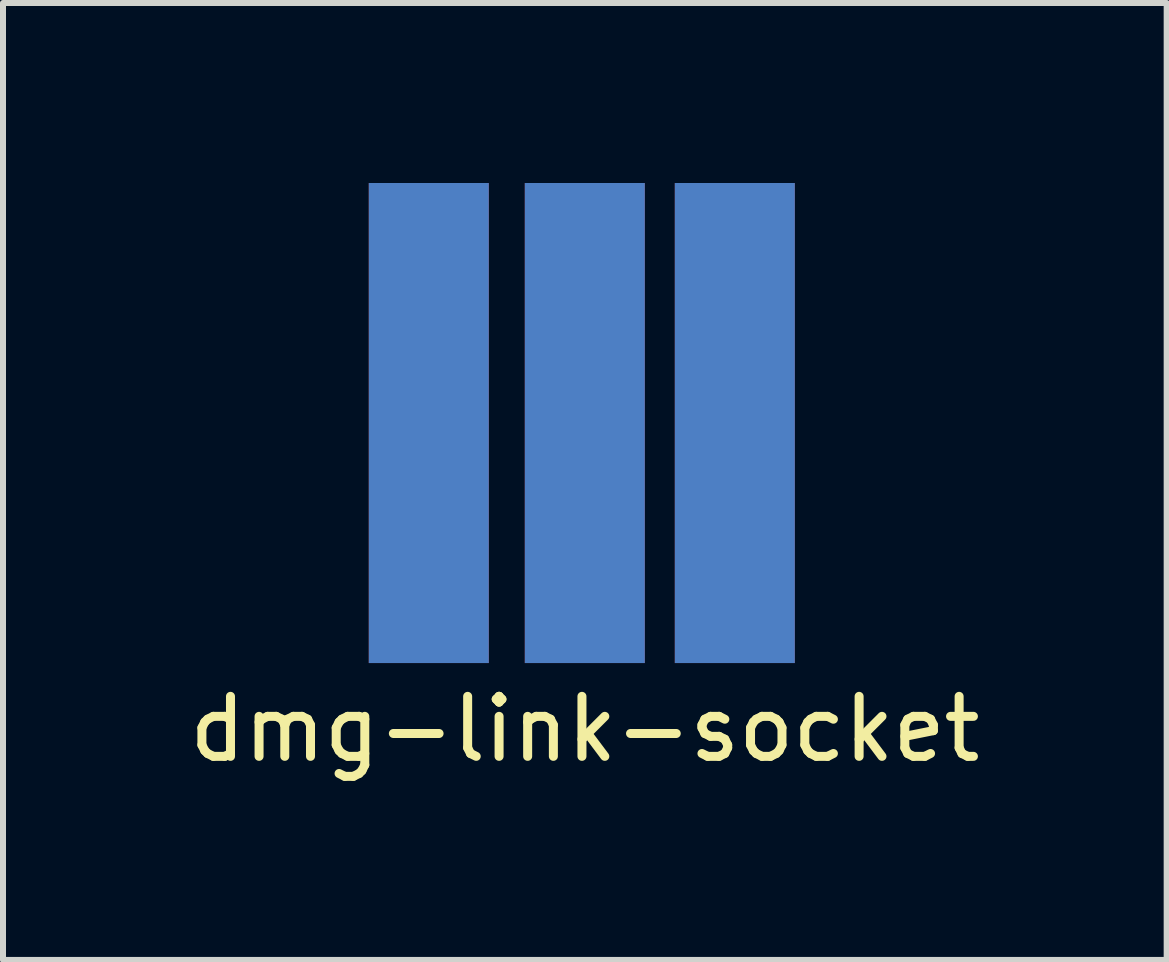
<source format=kicad_pcb>
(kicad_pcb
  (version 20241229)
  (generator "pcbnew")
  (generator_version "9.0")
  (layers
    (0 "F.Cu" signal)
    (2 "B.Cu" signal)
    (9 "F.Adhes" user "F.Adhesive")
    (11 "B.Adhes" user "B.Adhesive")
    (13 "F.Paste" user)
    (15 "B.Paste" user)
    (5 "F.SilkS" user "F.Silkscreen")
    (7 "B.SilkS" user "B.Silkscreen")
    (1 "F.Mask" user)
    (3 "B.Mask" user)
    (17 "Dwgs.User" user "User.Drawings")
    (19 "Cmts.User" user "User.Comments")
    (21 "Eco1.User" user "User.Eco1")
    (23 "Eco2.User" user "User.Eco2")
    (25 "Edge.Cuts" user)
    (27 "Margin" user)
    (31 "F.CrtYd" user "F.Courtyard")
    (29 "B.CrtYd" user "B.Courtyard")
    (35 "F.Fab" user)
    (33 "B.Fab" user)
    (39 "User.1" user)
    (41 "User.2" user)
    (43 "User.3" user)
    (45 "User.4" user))
  (footprint "dmg-link-socket"
    (layer "F.Cu")
    (at 6.696 4)
    (property "Reference" "dmg-link-socket" (at 0 5.1 0) (layer "F.SilkS") (effects (font (size 1 1) (thickness 0.15))))
    (attr through_hole)
    (pad "1" connect rect (at -2.6 0) (size 2 8) (layers "B.Cu" "B.Mask"))
    (pad "2" connect rect (at -2.6 0) (size 2 8) (layers "F.Cu" "F.Mask"))
    (pad "3" connect rect (at 0 0) (size 2 8) (layers "B.Cu" "B.Mask"))
    (pad "4" connect rect (at 0 0) (size 2 8) (layers "F.Cu" "F.Mask"))
    (pad "5" connect rect (at 2.5 0) (size 2 8) (layers "B.Cu" "B.Mask"))
    (pad "6" connect rect (at 2.5 0) (size 2 8) (layers "F.Cu" "F.Mask")))
  (gr_rect
    (start -3 -3)
    (end 16.393 12.948)
    (stroke (width 0.1) (type default))
    (fill no)
    (layer "Edge.Cuts")))
</source>
